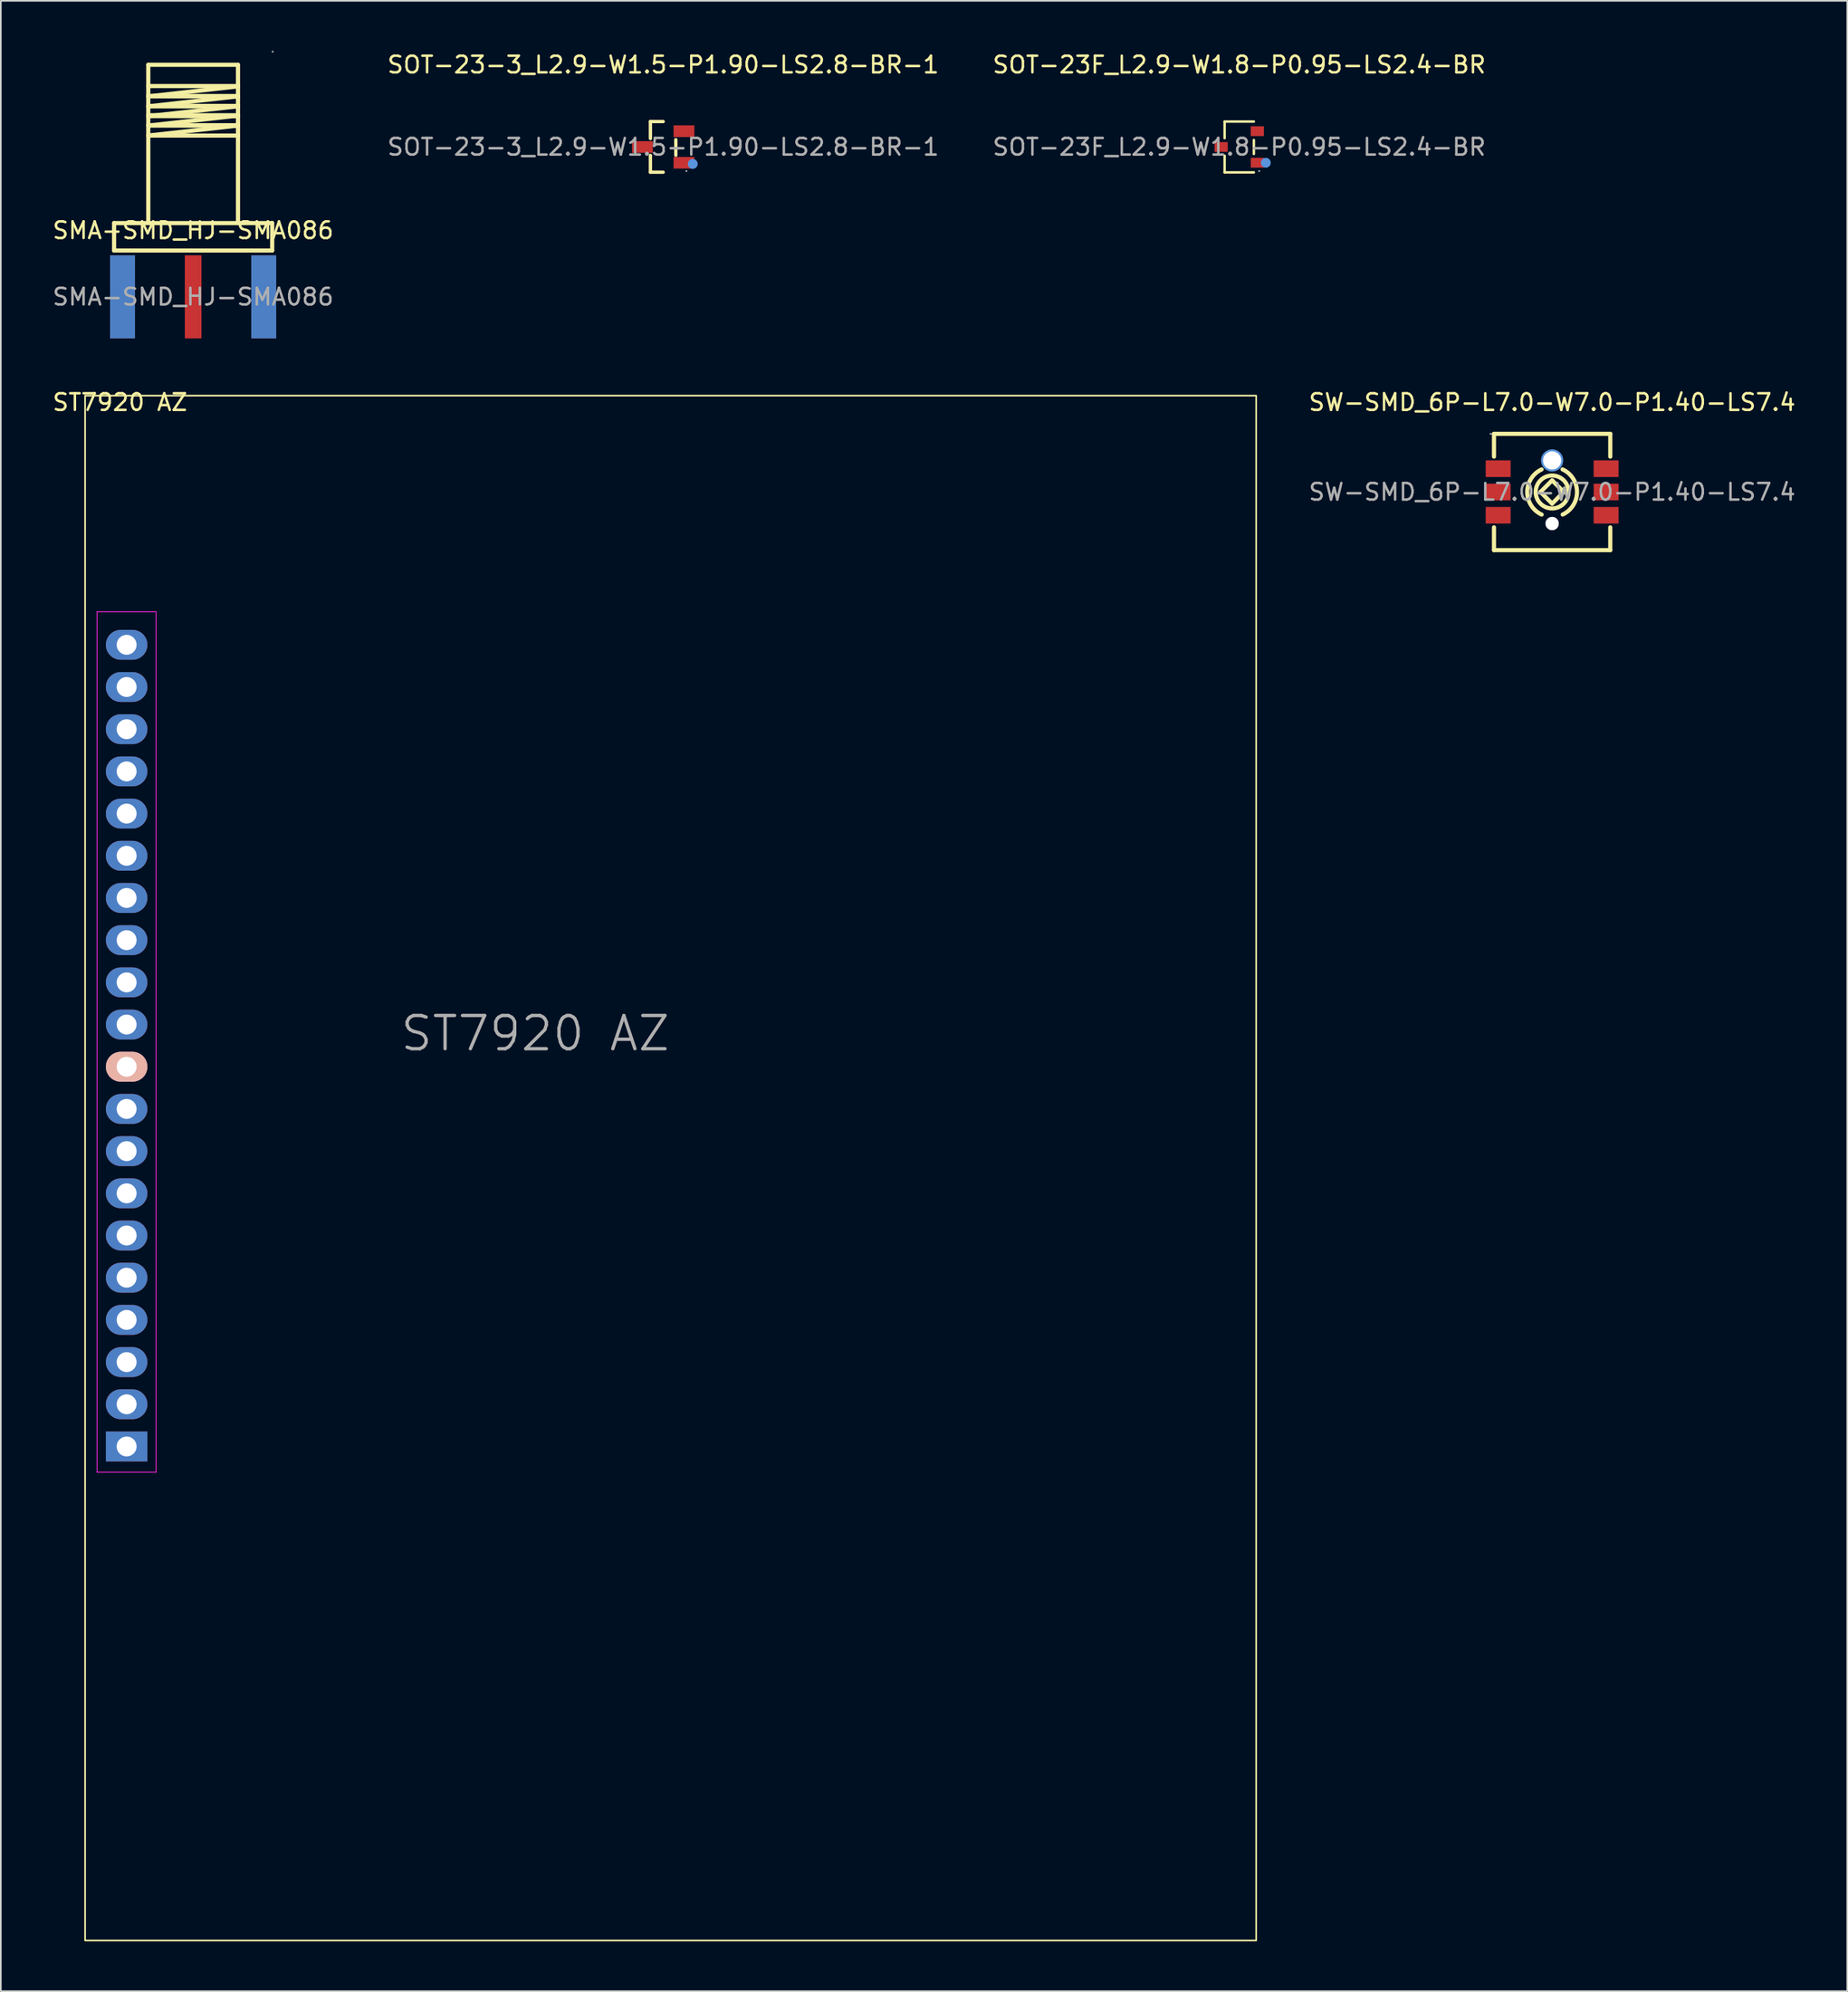
<source format=kicad_pcb>
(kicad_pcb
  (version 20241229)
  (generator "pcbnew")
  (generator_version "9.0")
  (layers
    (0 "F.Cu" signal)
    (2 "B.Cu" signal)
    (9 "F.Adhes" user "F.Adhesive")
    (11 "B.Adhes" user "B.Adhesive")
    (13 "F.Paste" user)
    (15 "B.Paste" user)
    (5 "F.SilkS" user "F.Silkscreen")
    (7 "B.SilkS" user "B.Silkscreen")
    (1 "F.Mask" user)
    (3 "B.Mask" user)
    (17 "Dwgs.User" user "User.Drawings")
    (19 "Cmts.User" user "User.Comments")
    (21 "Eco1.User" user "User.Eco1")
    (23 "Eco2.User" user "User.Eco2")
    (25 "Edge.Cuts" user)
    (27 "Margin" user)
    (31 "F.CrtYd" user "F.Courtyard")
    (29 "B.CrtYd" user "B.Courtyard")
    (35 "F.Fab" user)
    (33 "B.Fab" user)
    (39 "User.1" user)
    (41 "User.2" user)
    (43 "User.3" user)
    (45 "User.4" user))
  (footprint "SMA-SMD_HJ-SMA086"
    (layer "F.Cu")
    (at 8.577 14.82)
    (property "Reference" "SMA-SMD_HJ-SMA086" (at 0 -4 0) (layer "F.SilkS") (effects (font (size 1 1) (thickness 0.15))))
    (attr smd)
    (fp_line (start -4.76 -4.44) (end 4.7 -4.44) (stroke (width 0.25) (type solid)) (layer "F.SilkS"))
    (fp_line (start -4.76 -2.79) (end -4.76 -4.44) (stroke (width 0.25) (type solid)) (layer "F.SilkS"))
    (fp_line (start -4.76 -2.79) (end 4.76 -2.79) (stroke (width 0.25) (type solid)) (layer "F.SilkS"))
    (fp_line (start -2.7 -13.97) (end -2.7 -4.57) (stroke (width 0.25) (type solid)) (layer "F.SilkS"))
    (fp_line (start -2.7 -13.97) (end 2.7 -13.97) (stroke (width 0.25) (type solid)) (layer "F.SilkS"))
    (fp_line (start -2.7 -12.69) (end 2.7 -12.69) (stroke (width 0.25) (type solid)) (layer "F.SilkS"))
    (fp_line (start -2.7 -12.09) (end 2.7 -12.09) (stroke (width 0.25) (type solid)) (layer "F.SilkS"))
    (fp_line (start -2.7 -12.07) (end 2.7 -12.07) (stroke (width 0.25) (type solid)) (layer "F.SilkS"))
    (fp_line (start -2.7 -11.49) (end 2.7 -11.49) (stroke (width 0.25) (type solid)) (layer "F.SilkS"))
    (fp_line (start -2.7 -11.47) (end 2.7 -11.47) (stroke (width 0.25) (type solid)) (layer "F.SilkS"))
    (fp_line (start -2.7 -10.93) (end 2.7 -10.93) (stroke (width 0.25) (type solid)) (layer "F.SilkS"))
    (fp_line (start -2.7 -10.88) (end 2.7 -10.88) (stroke (width 0.25) (type solid)) (layer "F.SilkS"))
    (fp_line (start -2.7 -10.33) (end 2.7 -10.33) (stroke (width 0.25) (type solid)) (layer "F.SilkS"))
    (fp_line (start -2.7 -10.31) (end 2.7 -10.31) (stroke (width 0.25) (type solid)) (layer "F.SilkS"))
    (fp_line (start -2.7 -9.71) (end 2.7 -9.71) (stroke (width 0.25) (type solid)) (layer "F.SilkS"))
    (fp_line (start 2.7 -13.97) (end 2.7 -4.44) (stroke (width 0.25) (type solid)) (layer "F.SilkS"))
    (fp_line (start 2.7 -12.67) (end -2.7 -12.07) (stroke (width 0.25) (type solid)) (layer "F.SilkS"))
    (fp_line (start 2.7 -12.07) (end -2.7 -11.47) (stroke (width 0.25) (type solid)) (layer "F.SilkS"))
    (fp_line (start 2.7 -11.47) (end -2.7 -10.88) (stroke (width 0.25) (type solid)) (layer "F.SilkS"))
    (fp_line (start 2.7 -10.91) (end -2.7 -10.31) (stroke (width 0.25) (type solid)) (layer "F.SilkS"))
    (fp_line (start 2.7 -10.31) (end -2.7 -9.71) (stroke (width 0.25) (type solid)) (layer "F.SilkS"))
    (fp_line (start 4.76 -2.79) (end 4.76 -4.45) (stroke (width 0.25) (type solid)) (layer "F.SilkS"))
    (fp_circle (center 4.79 -14.76) (end 4.82 -14.76) (stroke (width 0.06) (type solid)) (fill no) (layer "F.Fab"))
    (fp_text user "${REFERENCE}" (at 0 0 0) (layer "F.Fab") (effects (font (size 1 1) (thickness 0.15))))
    (pad "1" smd rect (at 0 0) (size 1 5) (layers "F.Cu" "F.Mask" "F.Paste"))
    (pad "2" smd rect (at -4.25 0) (size 1.5 5) (layers "F.Cu" "F.Mask" "F.Paste"))
    (pad "3" smd rect (at 4.25 0) (size 1.5 5) (layers "F.Cu" "F.Mask" "F.Paste"))
    (pad "4" smd rect (at -4.25 0) (size 1.5 5) (layers "B.Cu" "B.Mask" "B.Paste"))
    (pad "5" smd rect (at 4.25 0) (size 1.5 5) (layers "B.Cu" "B.Mask" "B.Paste")))
  (footprint "SOT-23F_L2.9-W1.8-P0.95-LS2.4-BR"
    (layer "F.Cu")
    (at 71.554 5.798)
    (property "Reference" "SOT-23F_L2.9-W1.8-P0.95-LS2.4-BR" (at 0 -4.95 0) (layer "F.SilkS") (effects (font (size 1 1) (thickness 0.15))))
    (attr smd)
    (fp_line (start -0.88 -1.53) (end -0.88 -0.53) (stroke (width 0.15) (type solid)) (layer "F.SilkS"))
    (fp_line (start -0.88 1.53) (end -0.88 0.53) (stroke (width 0.15) (type solid)) (layer "F.SilkS"))
    (fp_line (start 0.88 -1.53) (end -0.88 -1.53) (stroke (width 0.15) (type solid)) (layer "F.SilkS"))
    (fp_line (start 0.88 -0.42) (end 0.88 0.42) (stroke (width 0.15) (type solid)) (layer "F.SilkS"))
    (fp_line (start 0.88 1.53) (end -0.88 1.53) (stroke (width 0.15) (type solid)) (layer "F.SilkS"))
    (fp_circle (center 1.6 0.95) (end 1.75 0.95) (stroke (width 0.3) (type solid)) (fill no) (layer "Cmts.User"))
    (fp_circle (center 1.2 1.45) (end 1.23 1.45) (stroke (width 0.06) (type solid)) (fill no) (layer "F.Fab"))
    (fp_text user "${REFERENCE}" (at 0 0 0) (layer "F.Fab") (effects (font (size 1 1) (thickness 0.15))))
    (pad "1" smd rect (at 1.09 0.95) (size 0.79 0.59) (layers "F.Cu" "F.Mask" "F.Paste"))
    (pad "2" smd rect (at 1.09 -0.95) (size 0.79 0.59) (layers "F.Cu" "F.Mask" "F.Paste"))
    (pad "3" smd rect (at -1.09 0) (size 0.79 0.59) (layers "F.Cu" "F.Mask" "F.Paste")))
  (footprint "SW-SMD_6P-L7.0-W7.0-P1.40-LS7.4"
    (layer "F.Cu")
    (at 90.39 26.568)
    (property "Reference" "SW-SMD_6P-L7.0-W7.0-P1.40-LS7.4" (at 0 -5.4 0) (layer "F.SilkS") (effects (font (size 1 1) (thickness 0.15))))
    (attr smd)
    (fp_line (start -3.5 -3.5) (end 3.5 -3.5) (stroke (width 0.25) (type solid)) (layer "F.SilkS"))
    (fp_line (start -3.5 -2.13) (end -3.5 -3.5) (stroke (width 0.25) (type solid)) (layer "F.SilkS"))
    (fp_line (start -3.5 3.5) (end -3.5 2.13) (stroke (width 0.25) (type solid)) (layer "F.SilkS"))
    (fp_line (start -0.7 0) (end -0.7 0) (stroke (width 0.25) (type solid)) (layer "F.SilkS"))
    (fp_line (start -0.7 0) (end 0 0.7) (stroke (width 0.25) (type solid)) (layer "F.SilkS"))
    (fp_line (start 0 -0.7) (end -0.7 0) (stroke (width 0.25) (type solid)) (layer "F.SilkS"))
    (fp_line (start 0 0.7) (end 0.7 0) (stroke (width 0.25) (type solid)) (layer "F.SilkS"))
    (fp_line (start 0.7 0) (end 0 -0.7) (stroke (width 0.25) (type solid)) (layer "F.SilkS"))
    (fp_line (start 0.7 0) (end 0.7 0) (stroke (width 0.25) (type solid)) (layer "F.SilkS"))
    (fp_line (start 3.5 -3.5) (end 3.5 -2.13) (stroke (width 0.25) (type solid)) (layer "F.SilkS"))
    (fp_line (start 3.5 2.13) (end 3.5 3.5) (stroke (width 0.25) (type solid)) (layer "F.SilkS"))
    (fp_line (start 3.5 3.5) (end -3.5 3.5) (stroke (width 0.25) (type solid)) (layer "F.SilkS"))
    (fp_arc (start -0.63 1.36) (mid -1.498831 0.002479) (end -0.634495 -1.357909) (stroke (width 0.25) (type solid)) (layer "F.SilkS"))
    (fp_arc (start 0.63 -1.36) (mid 1.498831 -0.002479) (end 0.634495 1.357909) (stroke (width 0.25) (type solid)) (layer "F.SilkS"))
    (fp_circle (center 0 0) (end 0.99 0) (stroke (width 0.25) (type solid)) (fill no) (layer "F.SilkS"))
    (fp_circle (center 0 -1.9) (end 0.22 -1.9) (stroke (width 0.45) (type solid)) (fill no) (layer "Cmts.User"))
    (fp_circle (center 0 1.9) (end 0.15 1.9) (stroke (width 0.3) (type solid)) (fill no) (layer "Cmts.User"))
    (fp_circle (center -3.7 -3.5) (end -3.67 -3.5) (stroke (width 0.06) (type solid)) (fill no) (layer "F.Fab"))
    (fp_text user "${REFERENCE}" (at 0 0 0) (layer "F.Fab") (effects (font (size 1 1) (thickness 0.15))))
    (pad "" thru_hole circle (at 0 -1.9) (size 1.1 1.1) (drill 1.1) (layers "*.Cu" "*.Mask"))
    (pad "" thru_hole circle (at 0 1.9) (size 0.8 0.8) (drill 0.8) (layers "*.Cu" "*.Mask"))
    (pad "1" smd rect (at -3.25 -1.4) (size 1.5 1) (layers "F.Cu" "F.Mask" "F.Paste"))
    (pad "2" smd rect (at -3.25 0) (size 1.5 1) (layers "F.Cu" "F.Mask" "F.Paste"))
    (pad "3" smd rect (at -3.25 1.4) (size 1.5 1) (layers "F.Cu" "F.Mask" "F.Paste"))
    (pad "4" smd rect (at 3.25 1.4) (size 1.5 1) (layers "F.Cu" "F.Mask" "F.Paste"))
    (pad "5" smd rect (at 3.25 0) (size 1.5 1) (layers "F.Cu" "F.Mask" "F.Paste"))
    (pad "6" smd rect (at 3.25 -1.4) (size 1.5 1) (layers "F.Cu" "F.Mask" "F.Paste")))
  (footprint "SOT-23-3_L2.9-W1.5-P1.90-LS2.8-BR-1"
    (layer "F.Cu")
    (at 36.875 5.798)
    (property "Reference" "SOT-23-3_L2.9-W1.5-P1.90-LS2.8-BR-1" (at 0 -4.95 0) (layer "F.SilkS") (effects (font (size 1 1) (thickness 0.15))))
    (attr smd)
    (fp_line (start -0.77 -1.53) (end 0 -1.53) (stroke (width 0.2) (type solid)) (layer "F.SilkS"))
    (fp_line (start -0.77 -0.51) (end -0.77 -1.53) (stroke (width 0.2) (type solid)) (layer "F.SilkS"))
    (fp_line (start -0.77 0.51) (end -0.77 1.52) (stroke (width 0.2) (type solid)) (layer "F.SilkS"))
    (fp_line (start -0.77 1.52) (end 0 1.52) (stroke (width 0.2) (type solid)) (layer "F.SilkS"))
    (fp_line (start 0.76 0.5) (end 0.76 -0.44) (stroke (width 0.2) (type solid)) (layer "F.SilkS"))
    (fp_circle (center 1.78 1.02) (end 1.93 1.02) (stroke (width 0.3) (type solid)) (fill no) (layer "Cmts.User"))
    (fp_circle (center 1.4 1.45) (end 1.43 1.45) (stroke (width 0.06) (type solid)) (fill no) (layer "F.Fab"))
    (fp_text user "${REFERENCE}" (at 0 0 0) (layer "F.Fab") (effects (font (size 1 1) (thickness 0.15))))
    (pad "1" smd rect (at 1.25 0.95) (size 1.25 0.7) (layers "F.Cu" "F.Mask" "F.Paste"))
    (pad "2" smd rect (at 1.25 -0.95) (size 1.25 0.7) (layers "F.Cu" "F.Mask" "F.Paste"))
    (pad "3" smd rect (at -1.25 0) (size 1.25 0.7) (layers "F.Cu" "F.Mask" "F.Paste")))
  (footprint "ST7920 AZ"
    (layer "F.Cu")
    (at 4.573 35.768)
    (property "Reference" "ST7920 AZ" (at -0.4 -14.6 0) (layer "F.SilkS") (effects (font (size 1 1) (thickness 0.15))))
    (attr through_hole)
    (fp_rect (start -2.5 -15) (end 68 78) (stroke (width 0.1) (type default)) (fill no) (layer "F.SilkS"))
    (fp_line (start -1.778 -1.991) (end 1.772 -1.991) (stroke (width 0.05) (type solid)) (layer "F.CrtYd"))
    (fp_line (start -1.778 49.809) (end -1.778 -1.991) (stroke (width 0.05) (type solid)) (layer "F.CrtYd"))
    (fp_line (start 1.772 -1.991) (end 1.772 49.809) (stroke (width 0.05) (type solid)) (layer "F.CrtYd"))
    (fp_line (start 1.772 49.809) (end -1.778 49.809) (stroke (width 0.05) (type solid)) (layer "F.CrtYd"))
    (fp_text user "${REFERENCE}" (at 24.6 23.4 0) (layer "F.Fab") (effects (font (size 2 2) (thickness 0.2))))
    (pad "1" thru_hole rect (at 0 48.26 270) (size 1.8 2.5) (drill 1.2) (layers "*.Cu" "*.Mask"))
    (pad "2" thru_hole oval (at 0 45.72 270) (size 1.8 2.5) (drill 1.2) (layers "*.Cu" "*.Mask"))
    (pad "3" thru_hole oval (at 0 43.18 270) (size 1.8 2.5) (drill 1.2) (layers "*.Cu" "*.Mask"))
    (pad "4" thru_hole oval (at 0 40.64 270) (size 1.8 2.5) (drill 1.2) (layers "*.Cu" "*.Mask"))
    (pad "5" thru_hole oval (at 0 38.1 270) (size 1.8 2.5) (drill 1.2) (layers "*.Cu" "*.Mask"))
    (pad "6" thru_hole oval (at 0 35.56 270) (size 1.8 2.5) (drill 1.2) (layers "*.Cu" "*.Mask"))
    (pad "7" thru_hole oval (at 0 33.02 270) (size 1.8 2.5) (drill 1.2) (layers "*.Cu" "*.Mask"))
    (pad "8" thru_hole oval (at 0 30.48 270) (size 1.8 2.5) (drill 1.2) (layers "*.Cu" "*.Mask"))
    (pad "9" thru_hole oval (at 0 27.94 270) (size 1.8 2.5) (drill 1.2) (layers "*.Cu" "*.Mask"))
    (pad "10" thru_hole oval (at 0 25.4 270) (size 1.8 2.5) (drill 1.2) (layers "*.Cu" "*.Mask" "B.SilkS"))
    (pad "11" thru_hole oval (at 0 22.86 270) (size 1.8 2.5) (drill 1.2) (layers "*.Cu" "*.Mask"))
    (pad "12" thru_hole oval (at 0 20.32 270) (size 1.8 2.5) (drill 1.2) (layers "*.Cu" "*.Mask"))
    (pad "13" thru_hole oval (at 0 17.78 270) (size 1.8 2.5) (drill 1.2) (layers "*.Cu" "*.Mask"))
    (pad "14" thru_hole oval (at 0 15.24 270) (size 1.8 2.5) (drill 1.2) (layers "*.Cu" "*.Mask"))
    (pad "15" thru_hole oval (at 0 12.7 270) (size 1.8 2.5) (drill 1.2) (layers "*.Cu" "*.Mask"))
    (pad "16" thru_hole oval (at 0 10.16 270) (size 1.8 2.5) (drill 1.2) (layers "*.Cu" "*.Mask"))
    (pad "17" thru_hole oval (at 0 7.62 270) (size 1.8 2.5) (drill 1.2) (layers "*.Cu" "*.Mask"))
    (pad "18" thru_hole oval (at 0 5.08 270) (size 1.8 2.5) (drill 1.2) (layers "*.Cu" "*.Mask"))
    (pad "19" thru_hole oval (at 0 2.54 270) (size 1.8 2.5) (drill 1.2) (layers "*.Cu" "*.Mask"))
    (pad "20" thru_hole oval (at 0 0 270) (size 1.8 2.5) (drill 1.2) (layers "*.Cu" "*.Mask")))
  (gr_rect
    (start -3 -3)
    (end 108.158 116.818)
    (stroke (width 0.1) (type default))
    (fill no)
    (layer "Edge.Cuts")))
</source>
